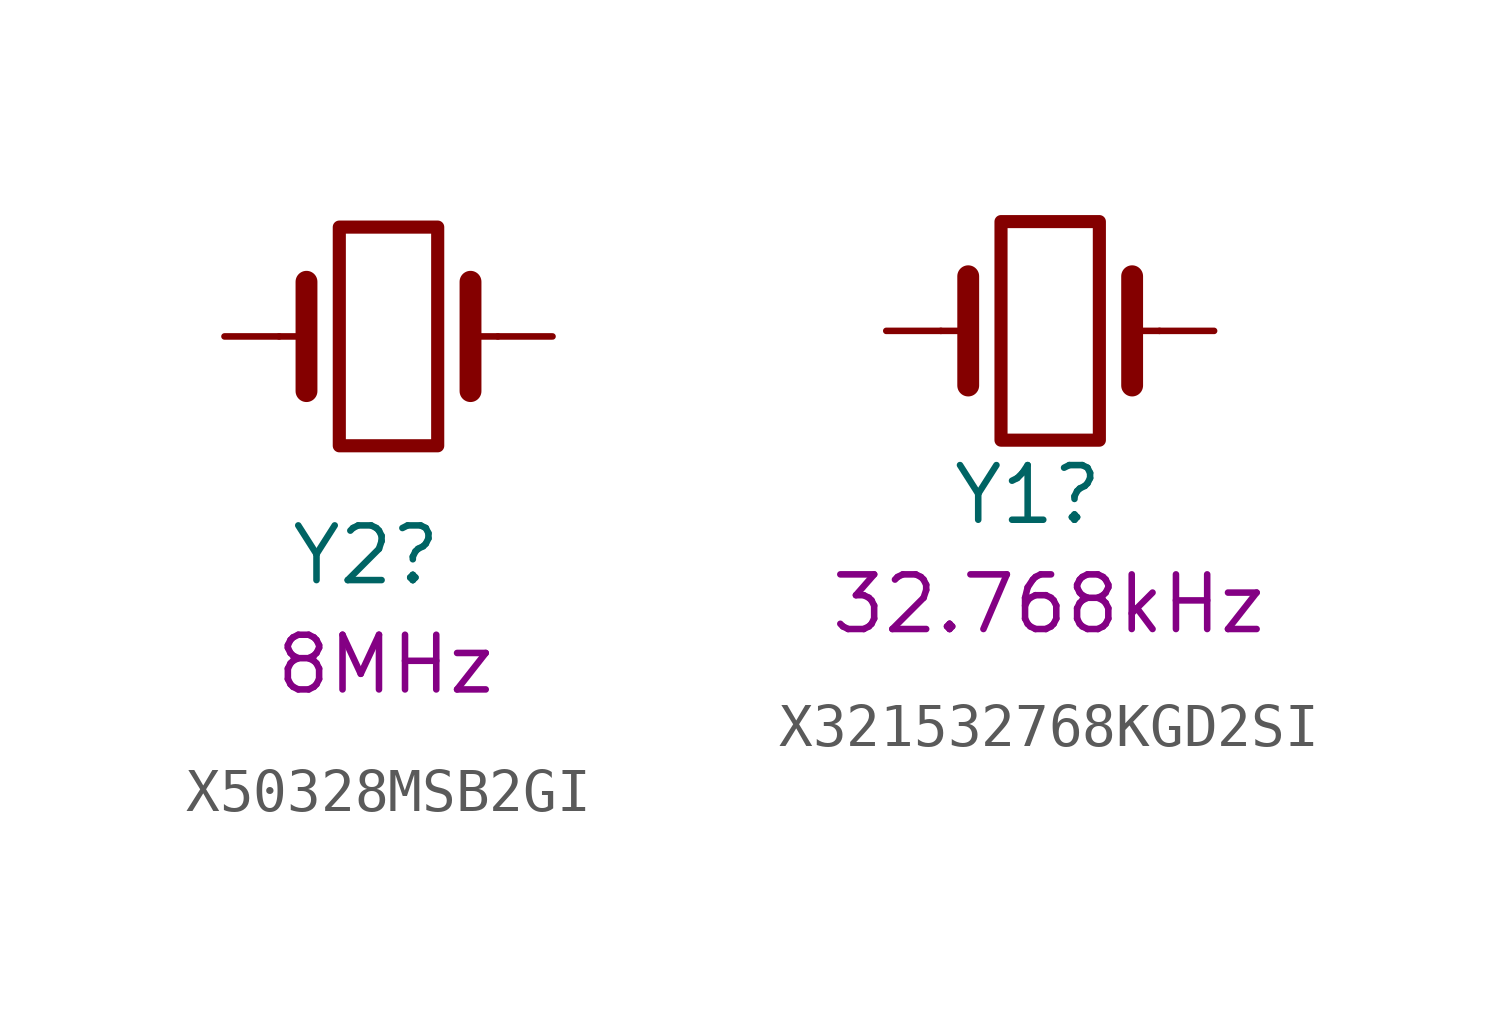
<source format=kicad_sym>
(kicad_symbol_lib
  (version 20220914)
  (generator kicad_symbol_editor)
  (symbol "X50328MSB2GI"
    (pin_numbers hide)
    (pin_names
      (offset 1.016) hide)
    (property "Reference" "Y2"
      (at 1.27 -5.08 0)
      (effects (font (size 1.27 1.27)) (justify right)))
    (property "频率" "8MHz"
      (at 2.54 -7.62 0)
      (effects (font (size 1.27 1.27)) (justify right)))
    (symbol "X50328MSB2GI_0_1"
      (rectangle (start -1.143 2.54) (end 1.143 -2.54) (stroke (width 0.305) (type default)) (fill (type none)))
      (polyline (pts (xy -2.54 0) (xy -1.905 0)) (stroke (width 0) (type default)) (fill (type none)))
      (polyline (pts (xy -1.905 -1.27) (xy -1.905 1.27)) (stroke (width 0.508) (type default)) (fill (type none)))
      (polyline (pts (xy 1.905 -1.27) (xy 1.905 1.27)) (stroke (width 0.508) (type default)) (fill (type none)))
      (polyline (pts (xy 2.54 0) (xy 1.905 0)) (stroke (width 0) (type default)) (fill (type none))))
    (symbol "X50328MSB2GI_1_1"
      (pin passive line (at -3.81 0 0) (length 1.27) (name "1" (effects (font (size 1.27 1.27)))) (number "1" (effects (font (size 1.27 1.27)))))
      (pin passive line (at 3.81 0 180) (length 1.27) (name "2" (effects (font (size 1.27 1.27)))) (number "2" (effects (font (size 1.27 1.27)))))))
  (symbol "X321532768KGD2SI"
    (pin_numbers hide)
    (pin_names
      (offset 1.016) hide)
    (property "Reference" "Y1"
      (at 1.27 -3.81 0)
      (effects (font (size 1.27 1.27)) (justify right)))
    (property "频率" "32.768kHz"
      (at 5.08 -6.35 0)
      (effects (font (size 1.27 1.27)) (justify right)))
    (symbol "X321532768KGD2SI_0_1"
      (rectangle (start -1.143 2.54) (end 1.143 -2.54) (stroke (width 0.305) (type default)) (fill (type none)))
      (polyline (pts (xy -2.54 0) (xy -1.905 0)) (stroke (width 0) (type default)) (fill (type none)))
      (polyline (pts (xy -1.905 -1.27) (xy -1.905 1.27)) (stroke (width 0.508) (type default)) (fill (type none)))
      (polyline (pts (xy 1.905 -1.27) (xy 1.905 1.27)) (stroke (width 0.508) (type default)) (fill (type none)))
      (polyline (pts (xy 2.54 0) (xy 1.905 0)) (stroke (width 0) (type default)) (fill (type none))))
    (symbol "X321532768KGD2SI_1_1"
      (pin passive line (at -3.81 0 0) (length 1.27) (name "1" (effects (font (size 1.27 1.27)))) (number "1" (effects (font (size 1.27 1.27)))))
      (pin passive line (at 3.81 0 180) (length 1.27) (name "2" (effects (font (size 1.27 1.27)))) (number "2" (effects (font (size 1.27 1.27))))))))
</source>
